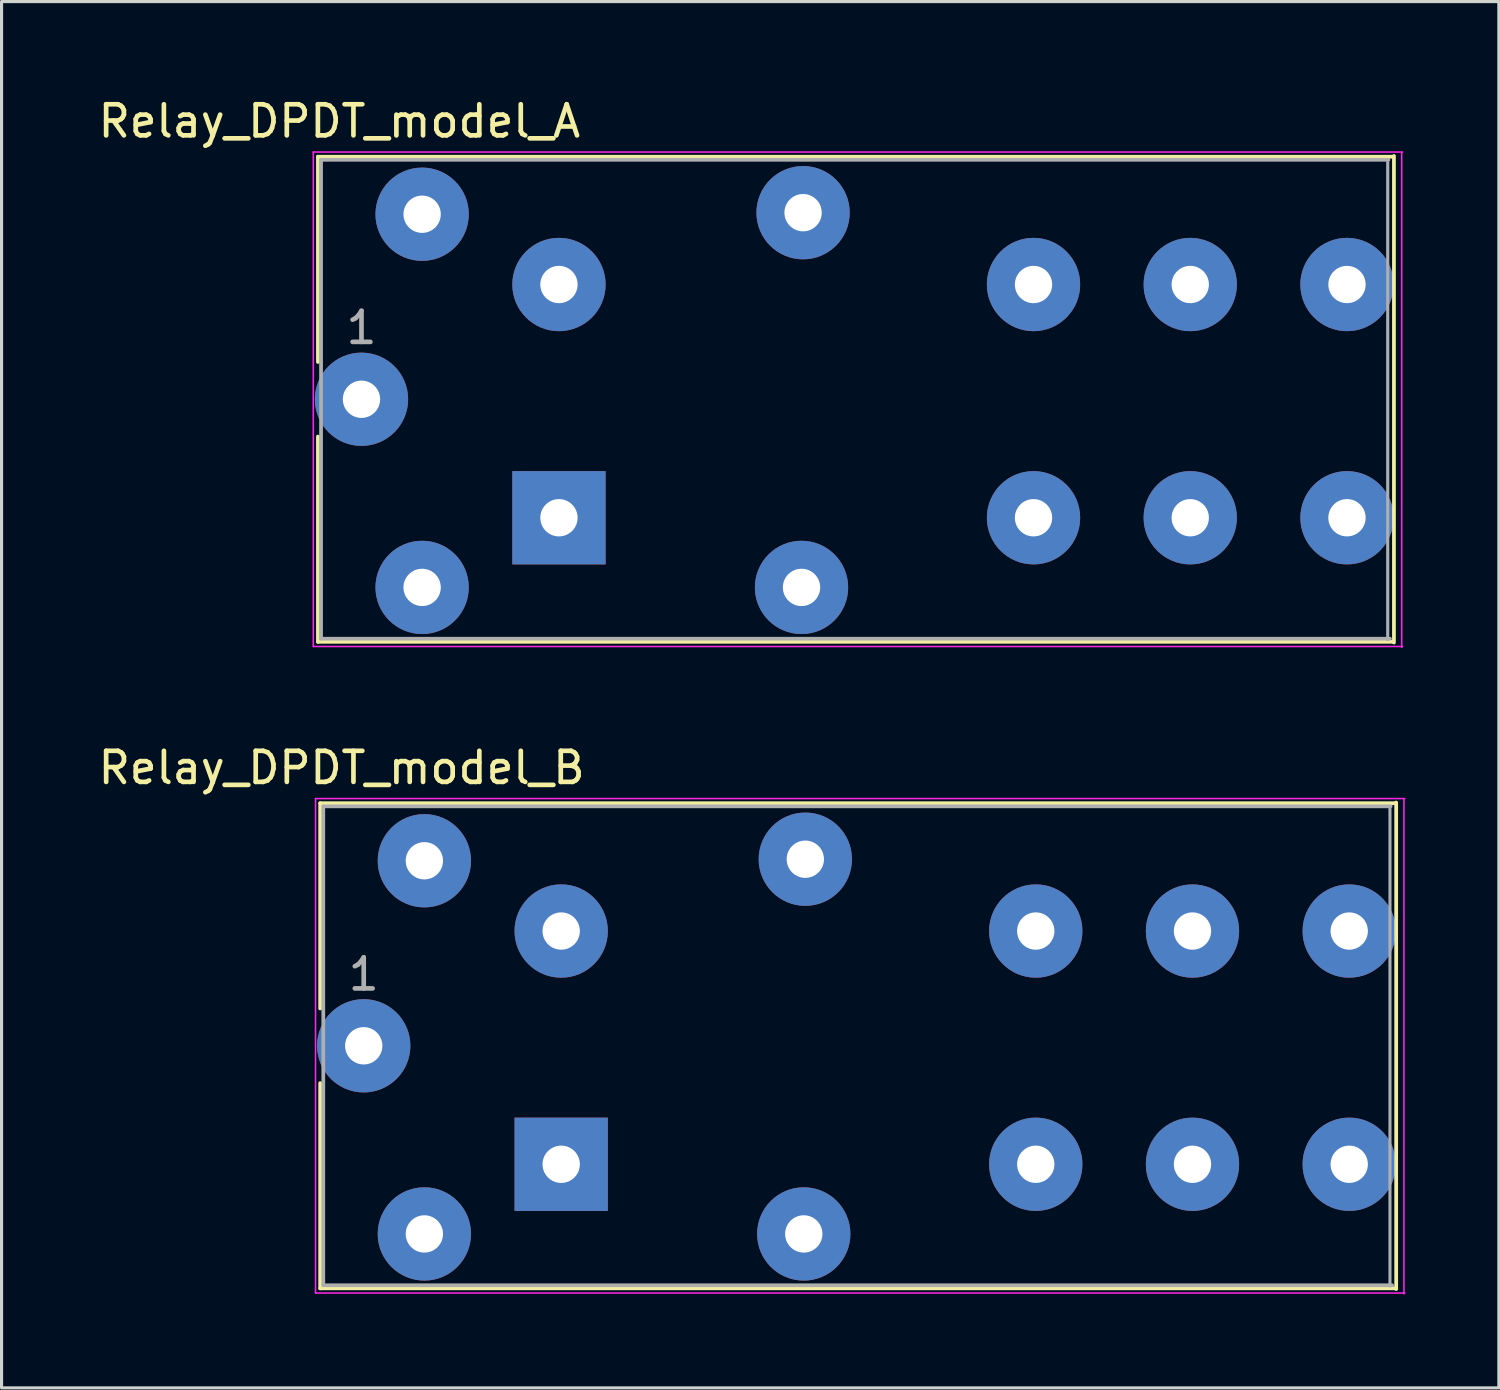
<source format=kicad_pcb>
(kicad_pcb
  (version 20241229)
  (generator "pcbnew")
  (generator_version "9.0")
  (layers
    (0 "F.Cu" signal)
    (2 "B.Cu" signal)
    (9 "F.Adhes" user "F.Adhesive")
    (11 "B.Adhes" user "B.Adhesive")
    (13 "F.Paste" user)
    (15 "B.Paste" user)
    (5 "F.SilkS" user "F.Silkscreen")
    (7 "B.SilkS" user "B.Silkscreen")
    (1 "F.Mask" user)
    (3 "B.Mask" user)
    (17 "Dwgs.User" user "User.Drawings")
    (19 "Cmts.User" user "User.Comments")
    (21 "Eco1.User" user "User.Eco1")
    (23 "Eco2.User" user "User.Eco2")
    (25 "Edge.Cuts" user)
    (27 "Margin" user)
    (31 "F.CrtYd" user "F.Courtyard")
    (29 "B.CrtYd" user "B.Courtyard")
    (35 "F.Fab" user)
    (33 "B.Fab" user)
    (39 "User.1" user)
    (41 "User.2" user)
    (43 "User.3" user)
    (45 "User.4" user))
  (footprint "Relay_DPDT_model_A"
    (layer "F.Cu")
    (at 14.899 13.599)
    (property "Reference" "Relay_DPDT_model_A" (at -7.036 -12.751 0) (layer "F.SilkS") (effects (font (size 1 1) (thickness 0.15))))
    (attr through_hole)
    (fp_line (start -7.725 -11.61) (end -7.725 -5.01) (stroke (width 0.12) (type solid)) (layer "F.SilkS"))
    (fp_line (start -7.725 -11.61) (end 26.848 -11.61) (stroke (width 0.12) (type solid)) (layer "F.SilkS"))
    (fp_line (start -7.725 -2.61) (end -7.725 3.99) (stroke (width 0.12) (type solid)) (layer "F.SilkS"))
    (fp_line (start 26.848 3.99) (end -7.725 3.99) (stroke (width 0.12) (type solid)) (layer "F.SilkS"))
    (fp_line (start 26.875 4.013) (end 26.875 -11.633) (stroke (width 0.12) (type solid)) (layer "F.SilkS"))
    (fp_line (start -7.875 4.14) (end -7.875 -11.76) (stroke (width 0.05) (type solid)) (layer "F.CrtYd"))
    (fp_line (start -7.875 4.14) (end 27.153 4.14) (stroke (width 0.05) (type solid)) (layer "F.CrtYd"))
    (fp_line (start 27.125 4.166) (end 27.125 -11.746) (stroke (width 0.05) (type solid)) (layer "F.CrtYd"))
    (fp_line (start 27.153 -11.76) (end -7.875 -11.76) (stroke (width 0.05) (type solid)) (layer "F.CrtYd"))
    (fp_line (start -7.625 -11.51) (end 26.696 -11.51) (stroke (width 0.12) (type solid)) (layer "F.Fab"))
    (fp_line (start -7.625 3.89) (end -7.625 -11.51) (stroke (width 0.12) (type solid)) (layer "F.Fab"))
    (fp_line (start 26.675 3.912) (end 26.675 -11.43) (stroke (width 0.1) (type solid)) (layer "F.Fab"))
    (fp_line (start 26.746 3.89) (end -7.625 3.89) (stroke (width 0.12) (type solid)) (layer "F.Fab"))
    (fp_text user "1" (at -6.325 -6.11 0) (layer "F.Fab") (effects (font (size 1 1) (thickness 0.15))))
    (pad "11" thru_hole circle (at -6.325 -3.81 90) (size 3 3) (drill 1.2) (layers "*.Cu" "*.Mask"))
    (pad "11" thru_hole circle (at 20.325 -7.5 180) (size 3 3) (drill 1.2) (layers "*.Cu" "*.Mask"))
    (pad "12" thru_hole circle (at 7.875 -9.81 90) (size 3 3) (drill 1.2) (layers "*.Cu" "*.Mask"))
    (pad "12" thru_hole circle (at 15.285 -7.5 180) (size 3 3) (drill 1.2) (layers "*.Cu" "*.Mask"))
    (pad "14" thru_hole circle (at 7.825 2.24 90) (size 3 3) (drill 1.2) (layers "*.Cu" "*.Mask"))
    (pad "14" thru_hole circle (at 25.365 -7.5 180) (size 3 3) (drill 1.2) (layers "*.Cu" "*.Mask"))
    (pad "21" thru_hole circle (at 20.325 0 180) (size 3 3) (drill 1.2) (layers "*.Cu" "*.Mask"))
    (pad "22" thru_hole circle (at 15.285 0 180) (size 3 3) (drill 1.2) (layers "*.Cu" "*.Mask"))
    (pad "24" thru_hole circle (at 25.365 0 180) (size 3 3) (drill 1.2) (layers "*.Cu" "*.Mask"))
    (pad "A1" thru_hole circle (at -4.375 -9.76 90) (size 3 3) (drill 1.2) (layers "*.Cu" "*.Mask"))
    (pad "A1" thru_hole circle (at 0.025 -7.5 180) (size 3 3) (drill 1.2) (layers "*.Cu" "*.Mask"))
    (pad "A2" thru_hole circle (at -4.375 2.24 90) (size 3 3) (drill 1.2) (layers "*.Cu" "*.Mask"))
    (pad "A2" thru_hole rect (at 0.025 0 180) (size 3 3) (drill 1.2) (layers "*.Cu" "*.Mask")))
  (footprint "Relay_DPDT_model_B"
    (layer "F.Cu")
    (at 14.996 34.338)
    (property "Reference" "Relay_DPDT_model_B" (at -7.061 -12.7 0) (layer "F.SilkS") (effects (font (size 1 1) (thickness 0.15))))
    (attr through_hole)
    (fp_line (start -7.75 -11.559) (end -7.75 -4.959) (stroke (width 0.12) (type solid)) (layer "F.SilkS"))
    (fp_line (start -7.75 -11.559) (end 26.823 -11.559) (stroke (width 0.12) (type solid)) (layer "F.SilkS"))
    (fp_line (start -7.75 -2.559) (end -7.75 4.041) (stroke (width 0.12) (type solid)) (layer "F.SilkS"))
    (fp_line (start 26.822 4.041) (end -7.75 4.041) (stroke (width 0.12) (type solid)) (layer "F.SilkS"))
    (fp_line (start 26.85 4.064) (end 26.85 -11.582) (stroke (width 0.12) (type solid)) (layer "F.SilkS"))
    (fp_line (start -7.9 4.191) (end -7.9 -11.709) (stroke (width 0.05) (type solid)) (layer "F.CrtYd"))
    (fp_line (start -7.9 4.191) (end 27.128 4.191) (stroke (width 0.05) (type solid)) (layer "F.CrtYd"))
    (fp_line (start 27.1 4.216) (end 27.1 -11.695) (stroke (width 0.05) (type solid)) (layer "F.CrtYd"))
    (fp_line (start 27.127 -11.709) (end -7.9 -11.709) (stroke (width 0.05) (type solid)) (layer "F.CrtYd"))
    (fp_line (start -7.65 -11.459) (end 26.67 -11.459) (stroke (width 0.12) (type solid)) (layer "F.Fab"))
    (fp_line (start -7.65 3.941) (end -7.65 -11.459) (stroke (width 0.12) (type solid)) (layer "F.Fab"))
    (fp_line (start 26.65 3.963) (end 26.65 -11.379) (stroke (width 0.1) (type solid)) (layer "F.Fab"))
    (fp_line (start 26.721 3.941) (end -7.65 3.941) (stroke (width 0.12) (type solid)) (layer "F.Fab"))
    (fp_text user "1" (at -6.35 -6.059 0) (layer "F.Fab") (effects (font (size 1 1) (thickness 0.15))))
    (pad "11" thru_hole circle (at 20.3 -7.449 180) (size 3 3) (drill 1.2) (layers "*.Cu" "*.Mask"))
    (pad "12" thru_hole circle (at 15.26 -7.449 180) (size 3 3) (drill 1.2) (layers "*.Cu" "*.Mask"))
    (pad "14" thru_hole circle (at 25.34 -7.449 180) (size 3 3) (drill 1.2) (layers "*.Cu" "*.Mask"))
    (pad "21" thru_hole circle (at -6.35 -3.759 90) (size 3 3) (drill 1.2) (layers "*.Cu" "*.Mask"))
    (pad "21" thru_hole circle (at 20.3 0.051 180) (size 3 3) (drill 1.2) (layers "*.Cu" "*.Mask"))
    (pad "22" thru_hole circle (at 7.8 2.291 90) (size 3 3) (drill 1.2) (layers "*.Cu" "*.Mask"))
    (pad "22" thru_hole circle (at 15.26 0.051 180) (size 3 3) (drill 1.2) (layers "*.Cu" "*.Mask"))
    (pad "24" thru_hole circle (at 7.85 -9.759 90) (size 3 3) (drill 1.2) (layers "*.Cu" "*.Mask"))
    (pad "24" thru_hole circle (at 25.34 0.051 180) (size 3 3) (drill 1.2) (layers "*.Cu" "*.Mask"))
    (pad "A1" thru_hole circle (at -4.4 -9.709 90) (size 3 3) (drill 1.2) (layers "*.Cu" "*.Mask"))
    (pad "A1" thru_hole circle (at 0 -7.449 180) (size 3 3) (drill 1.2) (layers "*.Cu" "*.Mask"))
    (pad "A2" thru_hole circle (at -4.4 2.291 90) (size 3 3) (drill 1.2) (layers "*.Cu" "*.Mask"))
    (pad "A2" thru_hole rect (at 0 0.051 180) (size 3 3) (drill 1.2) (layers "*.Cu" "*.Mask")))
  (gr_rect
    (start -3 -3)
    (end 45.148 41.579)
    (stroke (width 0.1) (type default))
    (fill no)
    (layer "Edge.Cuts")))
</source>
